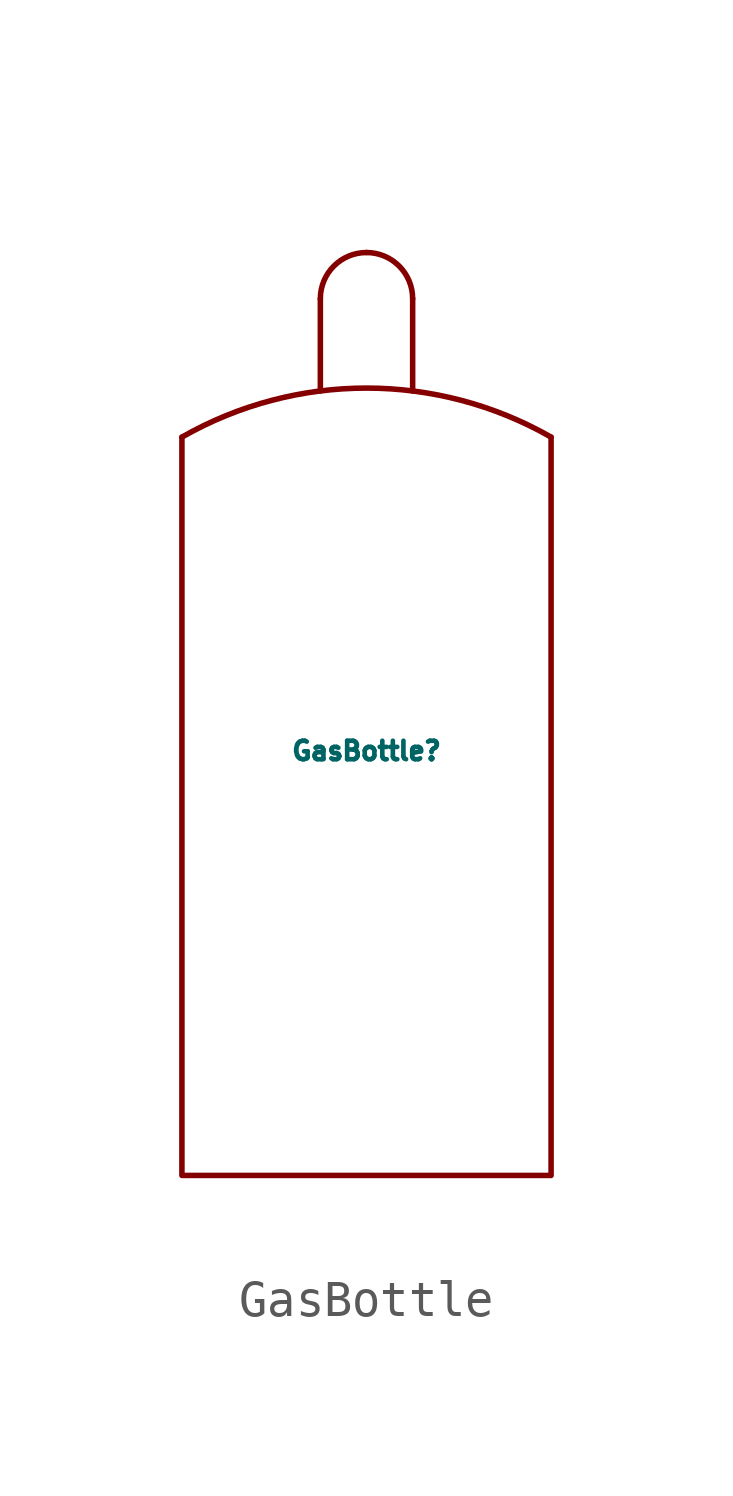
<source format=kicad_sym>
(kicad_symbol_lib
  (version 20211014)
  (generator kicad_symbol_editor)
  (symbol "GasBottle"
    (pin_numbers hide)
    (pin_names
      (offset 1.016))
    (property "Reference" "GasBottle"
      (at 0 -1.016 0)
      (effects (font (size 0.508 0.508))))
    (symbol "GasBottle_0_0"
      (polyline (pts (xy -1.27 8.89) (xy -1.27 11.43)) (stroke (width 0) (type default) (color 0 0 0 0)) (fill (type none)))
      (polyline (pts (xy 1.27 8.89) (xy 1.27 11.43)) (stroke (width 0) (type default) (color 0 0 0 0)) (fill (type none)))
      (polyline (pts (xy -5.08 7.62) (xy -5.08 -12.7) (xy 5.08 -12.7) (xy 5.08 7.62)) (stroke (width 0) (type default) (color 0 0 0 0)) (fill (type none)))
      (arc (start 1.27 11.43) (mid 0 12.7) (end -1.27 11.43) (stroke (width 0) (type default) (color 0 0 0 0)) (fill (type none)))
      (arc (start 5.08 7.62) (mid 0 8.9691) (end -5.08 7.62) (stroke (width 0) (type default) (color 0 0 0 0)) (fill (type none))))
    (symbol "GasBottle_1_1"
      (pin output line (at 0 12.7 270) (length 0) (name "~" (effects (font (size 1.27 1.27)))) (number "~" (effects (font (size 1.27 1.27))))))))
</source>
